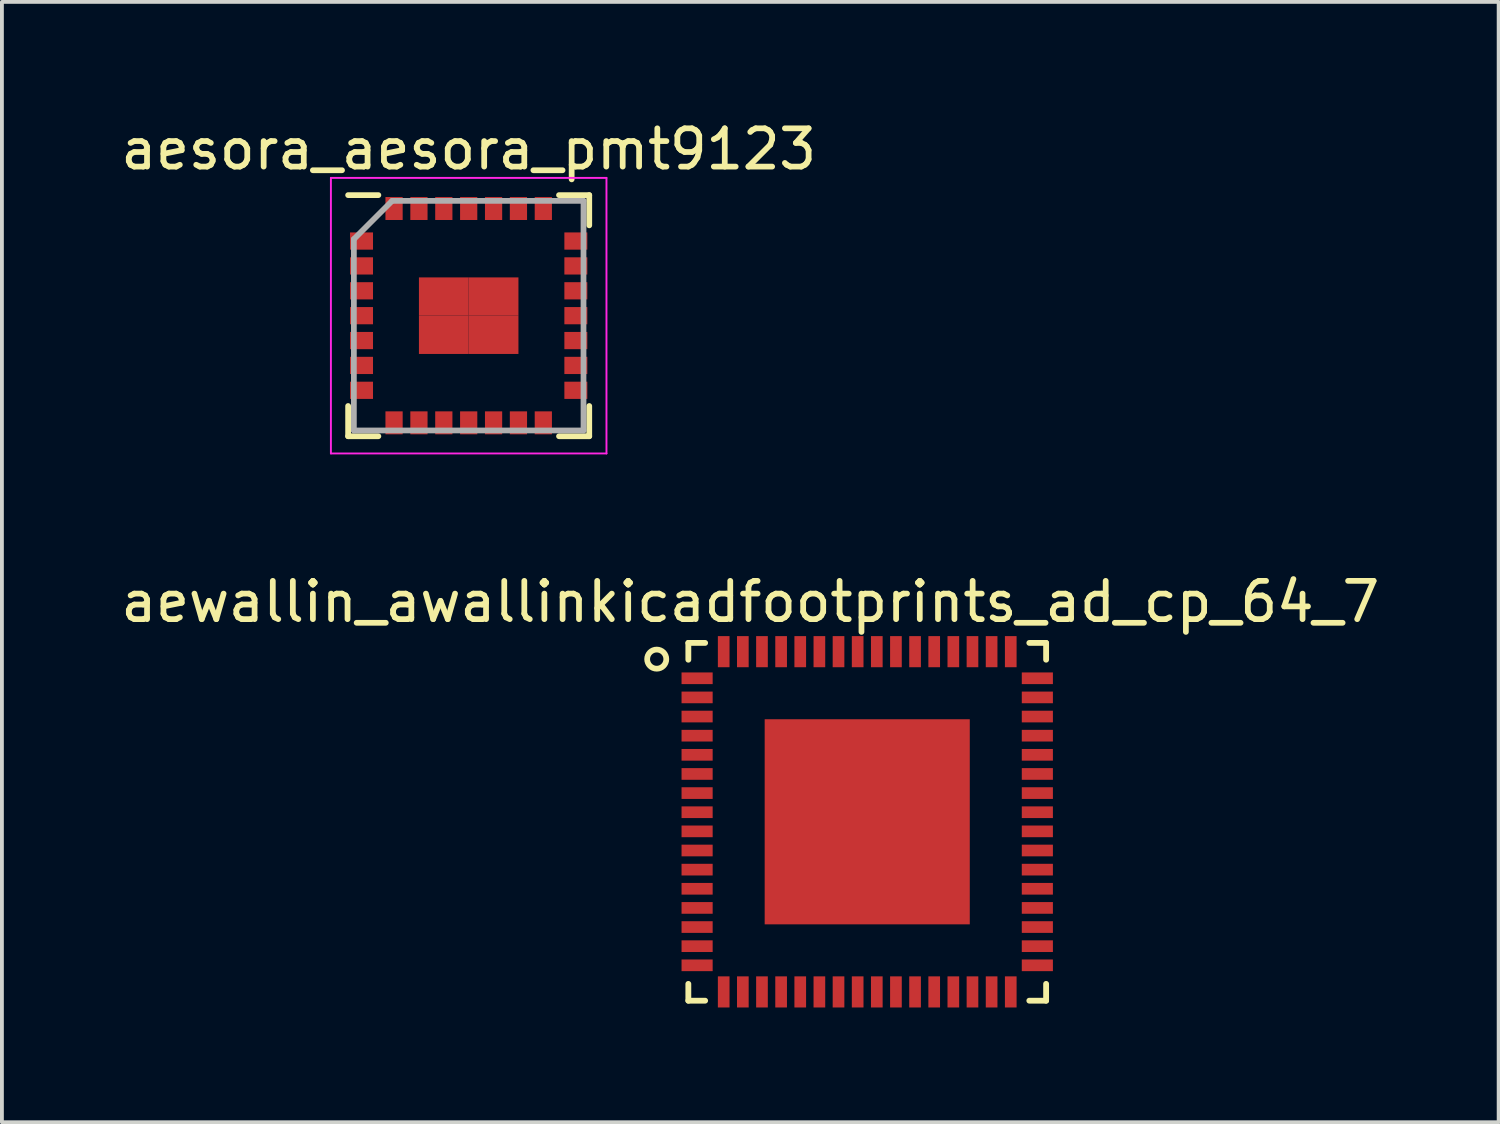
<source format=kicad_pcb>
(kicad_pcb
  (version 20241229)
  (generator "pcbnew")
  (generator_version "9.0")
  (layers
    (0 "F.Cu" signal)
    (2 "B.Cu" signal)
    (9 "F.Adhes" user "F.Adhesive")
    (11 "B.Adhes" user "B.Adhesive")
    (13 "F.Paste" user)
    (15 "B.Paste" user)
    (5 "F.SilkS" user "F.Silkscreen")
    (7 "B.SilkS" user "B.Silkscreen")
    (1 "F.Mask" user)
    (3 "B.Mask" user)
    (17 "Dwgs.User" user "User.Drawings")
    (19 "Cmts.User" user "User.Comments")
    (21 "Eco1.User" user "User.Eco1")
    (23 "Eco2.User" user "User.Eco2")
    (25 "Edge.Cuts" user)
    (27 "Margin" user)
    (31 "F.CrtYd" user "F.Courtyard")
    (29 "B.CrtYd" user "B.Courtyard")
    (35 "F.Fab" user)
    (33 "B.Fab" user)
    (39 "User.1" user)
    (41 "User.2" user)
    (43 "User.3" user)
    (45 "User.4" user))
  (footprint "aewallin_awallinkicadfootprints_ad_cp_64_7"
    (layer "F.Cu")
    (at 19.609 18.422)
    (property "Reference" "aewallin_awallinkicadfootprints_ad_cp_64_7" (at -3.055 -5.75 0) (layer "F.SilkS") (effects (font (size 1 1) (thickness 0.15))))
    (attr through_hole)
    (fp_line (start -4.674 -4.674) (end -4.674 -4.235) (stroke (width 0.152) (type solid)) (layer "F.SilkS"))
    (fp_line (start -4.674 4.235) (end -4.674 4.674) (stroke (width 0.152) (type solid)) (layer "F.SilkS"))
    (fp_line (start -4.674 4.674) (end -4.235 4.674) (stroke (width 0.152) (type solid)) (layer "F.SilkS"))
    (fp_line (start -4.235 -4.674) (end -4.674 -4.674) (stroke (width 0.152) (type solid)) (layer "F.SilkS"))
    (fp_line (start 4.235 4.674) (end 4.674 4.674) (stroke (width 0.152) (type solid)) (layer "F.SilkS"))
    (fp_line (start 4.674 -4.674) (end 4.235 -4.674) (stroke (width 0.152) (type solid)) (layer "F.SilkS"))
    (fp_line (start 4.674 -4.235) (end 4.674 -4.674) (stroke (width 0.152) (type solid)) (layer "F.SilkS"))
    (fp_line (start 4.674 4.674) (end 4.674 4.235) (stroke (width 0.152) (type solid)) (layer "F.SilkS"))
    (fp_circle (center -5.5 -4.25) (end -5.5 -4) (stroke (width 0.15) (type solid)) (fill no) (layer "F.SilkS"))
    (pad "1" smd rect (at -4.445 -3.75 90) (size 0.305 0.813) (layers "F.Cu" "F.Mask" "F.Paste"))
    (pad "2" smd rect (at -4.445 -3.25 90) (size 0.305 0.813) (layers "F.Cu" "F.Mask" "F.Paste"))
    (pad "3" smd rect (at -4.445 -2.75 90) (size 0.305 0.813) (layers "F.Cu" "F.Mask" "F.Paste"))
    (pad "4" smd rect (at -4.445 -2.25 90) (size 0.305 0.813) (layers "F.Cu" "F.Mask" "F.Paste"))
    (pad "5" smd rect (at -4.445 -1.75 90) (size 0.305 0.813) (layers "F.Cu" "F.Mask" "F.Paste"))
    (pad "6" smd rect (at -4.445 -1.25 90) (size 0.305 0.813) (layers "F.Cu" "F.Mask" "F.Paste"))
    (pad "7" smd rect (at -4.445 -0.75 90) (size 0.305 0.813) (layers "F.Cu" "F.Mask" "F.Paste"))
    (pad "8" smd rect (at -4.445 -0.25 90) (size 0.305 0.813) (layers "F.Cu" "F.Mask" "F.Paste"))
    (pad "9" smd rect (at -4.445 0.25 90) (size 0.305 0.813) (layers "F.Cu" "F.Mask" "F.Paste"))
    (pad "10" smd rect (at -4.445 0.75 90) (size 0.305 0.813) (layers "F.Cu" "F.Mask" "F.Paste"))
    (pad "11" smd rect (at -4.445 1.25 90) (size 0.305 0.813) (layers "F.Cu" "F.Mask" "F.Paste"))
    (pad "12" smd rect (at -4.445 1.75 90) (size 0.305 0.813) (layers "F.Cu" "F.Mask" "F.Paste"))
    (pad "13" smd rect (at -4.445 2.25 90) (size 0.305 0.813) (layers "F.Cu" "F.Mask" "F.Paste"))
    (pad "14" smd rect (at -4.445 2.75 90) (size 0.305 0.813) (layers "F.Cu" "F.Mask" "F.Paste"))
    (pad "15" smd rect (at -4.445 3.25 90) (size 0.305 0.813) (layers "F.Cu" "F.Mask" "F.Paste"))
    (pad "16" smd rect (at -4.445 3.75 90) (size 0.305 0.813) (layers "F.Cu" "F.Mask" "F.Paste"))
    (pad "17" smd rect (at -3.75 4.445) (size 0.305 0.813) (layers "F.Cu" "F.Mask" "F.Paste"))
    (pad "18" smd rect (at -3.25 4.445) (size 0.305 0.813) (layers "F.Cu" "F.Mask" "F.Paste"))
    (pad "19" smd rect (at -2.75 4.445) (size 0.305 0.813) (layers "F.Cu" "F.Mask" "F.Paste"))
    (pad "20" smd rect (at -2.25 4.445) (size 0.305 0.813) (layers "F.Cu" "F.Mask" "F.Paste"))
    (pad "21" smd rect (at -1.75 4.445) (size 0.305 0.813) (layers "F.Cu" "F.Mask" "F.Paste"))
    (pad "22" smd rect (at -1.25 4.445) (size 0.305 0.813) (layers "F.Cu" "F.Mask" "F.Paste"))
    (pad "23" smd rect (at -0.75 4.445) (size 0.305 0.813) (layers "F.Cu" "F.Mask" "F.Paste"))
    (pad "24" smd rect (at -0.25 4.445) (size 0.305 0.813) (layers "F.Cu" "F.Mask" "F.Paste"))
    (pad "25" smd rect (at 0.25 4.445) (size 0.305 0.813) (layers "F.Cu" "F.Mask" "F.Paste"))
    (pad "26" smd rect (at 0.75 4.445) (size 0.305 0.813) (layers "F.Cu" "F.Mask" "F.Paste"))
    (pad "27" smd rect (at 1.25 4.445) (size 0.305 0.813) (layers "F.Cu" "F.Mask" "F.Paste"))
    (pad "28" smd rect (at 1.75 4.445) (size 0.305 0.813) (layers "F.Cu" "F.Mask" "F.Paste"))
    (pad "29" smd rect (at 2.25 4.445) (size 0.305 0.813) (layers "F.Cu" "F.Mask" "F.Paste"))
    (pad "30" smd rect (at 2.75 4.445) (size 0.305 0.813) (layers "F.Cu" "F.Mask" "F.Paste"))
    (pad "31" smd rect (at 3.25 4.445) (size 0.305 0.813) (layers "F.Cu" "F.Mask" "F.Paste"))
    (pad "32" smd rect (at 3.75 4.445) (size 0.305 0.813) (layers "F.Cu" "F.Mask" "F.Paste"))
    (pad "33" smd rect (at 4.445 3.75 90) (size 0.305 0.813) (layers "F.Cu" "F.Mask" "F.Paste"))
    (pad "34" smd rect (at 4.445 3.25 90) (size 0.305 0.813) (layers "F.Cu" "F.Mask" "F.Paste"))
    (pad "35" smd rect (at 4.445 2.75 90) (size 0.305 0.813) (layers "F.Cu" "F.Mask" "F.Paste"))
    (pad "36" smd rect (at 4.445 2.25 90) (size 0.305 0.813) (layers "F.Cu" "F.Mask" "F.Paste"))
    (pad "37" smd rect (at 4.445 1.75 90) (size 0.305 0.813) (layers "F.Cu" "F.Mask" "F.Paste"))
    (pad "38" smd rect (at 4.445 1.25 90) (size 0.305 0.813) (layers "F.Cu" "F.Mask" "F.Paste"))
    (pad "39" smd rect (at 4.445 0.75 90) (size 0.305 0.813) (layers "F.Cu" "F.Mask" "F.Paste"))
    (pad "40" smd rect (at 4.445 0.25 90) (size 0.305 0.813) (layers "F.Cu" "F.Mask" "F.Paste"))
    (pad "41" smd rect (at 4.445 -0.25 90) (size 0.305 0.813) (layers "F.Cu" "F.Mask" "F.Paste"))
    (pad "42" smd rect (at 4.445 -0.75 90) (size 0.305 0.813) (layers "F.Cu" "F.Mask" "F.Paste"))
    (pad "43" smd rect (at 4.445 -1.25 90) (size 0.305 0.813) (layers "F.Cu" "F.Mask" "F.Paste"))
    (pad "44" smd rect (at 4.445 -1.75 90) (size 0.305 0.813) (layers "F.Cu" "F.Mask" "F.Paste"))
    (pad "45" smd rect (at 4.445 -2.25 90) (size 0.305 0.813) (layers "F.Cu" "F.Mask" "F.Paste"))
    (pad "46" smd rect (at 4.445 -2.75 90) (size 0.305 0.813) (layers "F.Cu" "F.Mask" "F.Paste"))
    (pad "47" smd rect (at 4.445 -3.25 90) (size 0.305 0.813) (layers "F.Cu" "F.Mask" "F.Paste"))
    (pad "48" smd rect (at 4.445 -3.75 90) (size 0.305 0.813) (layers "F.Cu" "F.Mask" "F.Paste"))
    (pad "49" smd rect (at 3.75 -4.445) (size 0.305 0.813) (layers "F.Cu" "F.Mask" "F.Paste"))
    (pad "50" smd rect (at 3.25 -4.445) (size 0.305 0.813) (layers "F.Cu" "F.Mask" "F.Paste"))
    (pad "51" smd rect (at 2.75 -4.445) (size 0.305 0.813) (layers "F.Cu" "F.Mask" "F.Paste"))
    (pad "52" smd rect (at 2.25 -4.445) (size 0.305 0.813) (layers "F.Cu" "F.Mask" "F.Paste"))
    (pad "53" smd rect (at 1.75 -4.445) (size 0.305 0.813) (layers "F.Cu" "F.Mask" "F.Paste"))
    (pad "54" smd rect (at 1.25 -4.445) (size 0.305 0.813) (layers "F.Cu" "F.Mask" "F.Paste"))
    (pad "55" smd rect (at 0.75 -4.445) (size 0.305 0.813) (layers "F.Cu" "F.Mask" "F.Paste"))
    (pad "56" smd rect (at 0.25 -4.445) (size 0.305 0.813) (layers "F.Cu" "F.Mask" "F.Paste"))
    (pad "57" smd rect (at -0.25 -4.445) (size 0.305 0.813) (layers "F.Cu" "F.Mask" "F.Paste"))
    (pad "58" smd rect (at -0.75 -4.445) (size 0.305 0.813) (layers "F.Cu" "F.Mask" "F.Paste"))
    (pad "59" smd rect (at -1.25 -4.445) (size 0.305 0.813) (layers "F.Cu" "F.Mask" "F.Paste"))
    (pad "60" smd rect (at -1.75 -4.445) (size 0.305 0.813) (layers "F.Cu" "F.Mask" "F.Paste"))
    (pad "61" smd rect (at -2.25 -4.445) (size 0.305 0.813) (layers "F.Cu" "F.Mask" "F.Paste"))
    (pad "62" smd rect (at -2.75 -4.445) (size 0.305 0.813) (layers "F.Cu" "F.Mask" "F.Paste"))
    (pad "63" smd rect (at -3.25 -4.445) (size 0.305 0.813) (layers "F.Cu" "F.Mask" "F.Paste"))
    (pad "64" smd rect (at -3.75 -4.445) (size 0.305 0.813) (layers "F.Cu" "F.Mask" "F.Paste"))
    (pad "65" smd rect (at 0 0) (size 5.359 5.359) (layers "F.Cu" "F.Mask" "F.Paste")))
  (footprint "aesora_aesora_pmt9123"
    (layer "F.Cu")
    (at 9.196 5.198)
    (property "Reference" "aesora_aesora_pmt9123" (at 0 -4.35 0) (layer "F.SilkS") (effects (font (size 1 1) (thickness 0.15))))
    (attr smd)
    (fp_line (start -3.15 -3.15) (end -2.36 -3.15) (stroke (width 0.15) (type solid)) (layer "F.SilkS"))
    (fp_line (start -3.15 3.15) (end -3.15 2.36) (stroke (width 0.15) (type solid)) (layer "F.SilkS"))
    (fp_line (start -3.15 3.15) (end -2.36 3.15) (stroke (width 0.15) (type solid)) (layer "F.SilkS"))
    (fp_line (start 3.15 -3.15) (end 2.36 -3.15) (stroke (width 0.15) (type solid)) (layer "F.SilkS"))
    (fp_line (start 3.15 -3.15) (end 3.15 -2.36) (stroke (width 0.15) (type solid)) (layer "F.SilkS"))
    (fp_line (start 3.15 3.15) (end 2.36 3.15) (stroke (width 0.15) (type solid)) (layer "F.SilkS"))
    (fp_line (start 3.15 3.15) (end 3.15 2.36) (stroke (width 0.15) (type solid)) (layer "F.SilkS"))
    (fp_line (start -4.5 -0.7) (end -4.5 2.3) (stroke (width 0.15) (type solid)) (layer "Eco1.User"))
    (fp_line (start -3.6 -3.6) (end -3.6 3.6) (stroke (width 0.05) (type solid)) (layer "F.CrtYd"))
    (fp_line (start -3.6 -3.6) (end 3.6 -3.6) (stroke (width 0.05) (type solid)) (layer "F.CrtYd"))
    (fp_line (start -3.6 3.6) (end 3.6 3.6) (stroke (width 0.05) (type solid)) (layer "F.CrtYd"))
    (fp_line (start 3.6 -3.6) (end 3.6 3.6) (stroke (width 0.05) (type solid)) (layer "F.CrtYd"))
    (fp_line (start -3 -2) (end -2 -3) (stroke (width 0.15) (type solid)) (layer "F.Fab"))
    (fp_line (start -3 3) (end -3 -2) (stroke (width 0.15) (type solid)) (layer "F.Fab"))
    (fp_line (start -2 -3) (end 3 -3) (stroke (width 0.15) (type solid)) (layer "F.Fab"))
    (fp_line (start 3 -3) (end 3 3) (stroke (width 0.15) (type solid)) (layer "F.Fab"))
    (fp_line (start 3 3) (end -3 3) (stroke (width 0.15) (type solid)) (layer "F.Fab"))
    (pad "1" smd rect (at -2.8 -1.95) (size 0.6 0.45) (layers "F.Cu" "F.Mask" "F.Paste"))
    (pad "2" smd rect (at -2.8 -1.3) (size 0.6 0.45) (layers "F.Cu" "F.Mask" "F.Paste"))
    (pad "3" smd rect (at -2.8 -0.65) (size 0.6 0.45) (layers "F.Cu" "F.Mask" "F.Paste"))
    (pad "4" smd rect (at -2.8 0) (size 0.6 0.45) (layers "F.Cu" "F.Mask" "F.Paste"))
    (pad "5" smd rect (at -2.8 0.65) (size 0.6 0.45) (layers "F.Cu" "F.Mask" "F.Paste"))
    (pad "6" smd rect (at -2.8 1.3) (size 0.6 0.45) (layers "F.Cu" "F.Mask" "F.Paste"))
    (pad "7" smd rect (at -2.8 1.95) (size 0.6 0.45) (layers "F.Cu" "F.Mask" "F.Paste"))
    (pad "8" smd rect (at -1.95 2.8 90) (size 0.6 0.45) (layers "F.Cu" "F.Mask" "F.Paste"))
    (pad "9" smd rect (at -1.3 2.8 90) (size 0.6 0.45) (layers "F.Cu" "F.Mask" "F.Paste"))
    (pad "10" smd rect (at -0.65 2.8 90) (size 0.6 0.45) (layers "F.Cu" "F.Mask" "F.Paste"))
    (pad "11" smd rect (at 0 2.8 90) (size 0.6 0.45) (layers "F.Cu" "F.Mask" "F.Paste"))
    (pad "12" smd rect (at 0.65 2.8 90) (size 0.6 0.45) (layers "F.Cu" "F.Mask" "F.Paste"))
    (pad "13" smd rect (at 1.3 2.8 90) (size 0.6 0.45) (layers "F.Cu" "F.Mask" "F.Paste"))
    (pad "14" smd rect (at 1.95 2.8 90) (size 0.6 0.45) (layers "F.Cu" "F.Mask" "F.Paste"))
    (pad "15" smd rect (at 2.8 1.95) (size 0.6 0.45) (layers "F.Cu" "F.Mask" "F.Paste"))
    (pad "16" smd rect (at 2.8 1.3) (size 0.6 0.45) (layers "F.Cu" "F.Mask" "F.Paste"))
    (pad "17" smd rect (at 2.8 0.65) (size 0.6 0.45) (layers "F.Cu" "F.Mask" "F.Paste"))
    (pad "18" smd rect (at 2.8 0) (size 0.6 0.45) (layers "F.Cu" "F.Mask" "F.Paste"))
    (pad "19" smd rect (at 2.8 -0.65) (size 0.6 0.45) (layers "F.Cu" "F.Mask" "F.Paste"))
    (pad "20" smd rect (at 2.8 -1.3) (size 0.6 0.45) (layers "F.Cu" "F.Mask" "F.Paste"))
    (pad "21" smd rect (at 2.8 -1.95) (size 0.6 0.45) (layers "F.Cu" "F.Mask" "F.Paste"))
    (pad "22" smd rect (at 1.95 -2.8 90) (size 0.6 0.45) (layers "F.Cu" "F.Mask" "F.Paste"))
    (pad "23" smd rect (at 1.3 -2.8 90) (size 0.6 0.45) (layers "F.Cu" "F.Mask" "F.Paste"))
    (pad "24" smd rect (at 0.65 -2.8 90) (size 0.6 0.45) (layers "F.Cu" "F.Mask" "F.Paste"))
    (pad "25" smd rect (at 0 -2.8 90) (size 0.6 0.45) (layers "F.Cu" "F.Mask" "F.Paste"))
    (pad "26" smd rect (at -0.65 -2.8 90) (size 0.6 0.45) (layers "F.Cu" "F.Mask" "F.Paste"))
    (pad "27" smd rect (at -1.3 -2.8 90) (size 0.6 0.45) (layers "F.Cu" "F.Mask" "F.Paste"))
    (pad "28" smd rect (at -1.95 -2.8 90) (size 0.6 0.45) (layers "F.Cu" "F.Mask" "F.Paste"))
    (pad "29" smd rect (at -0.65 -0.5) (size 1.3 1) (layers "F.Cu" "F.Mask" "F.Paste"))
    (pad "29" smd rect (at -0.65 0.5) (size 1.3 1) (layers "F.Cu" "F.Mask" "F.Paste"))
    (pad "29" smd rect (at 0.65 -0.5) (size 1.3 1) (layers "F.Cu" "F.Mask" "F.Paste"))
    (pad "29" smd rect (at 0.65 0.5) (size 1.3 1) (layers "F.Cu" "F.Mask" "F.Paste")))
  (gr_rect
    (start -3 -3)
    (end 36.107 26.273)
    (stroke (width 0.1) (type default))
    (fill no)
    (layer "Edge.Cuts")))
</source>
